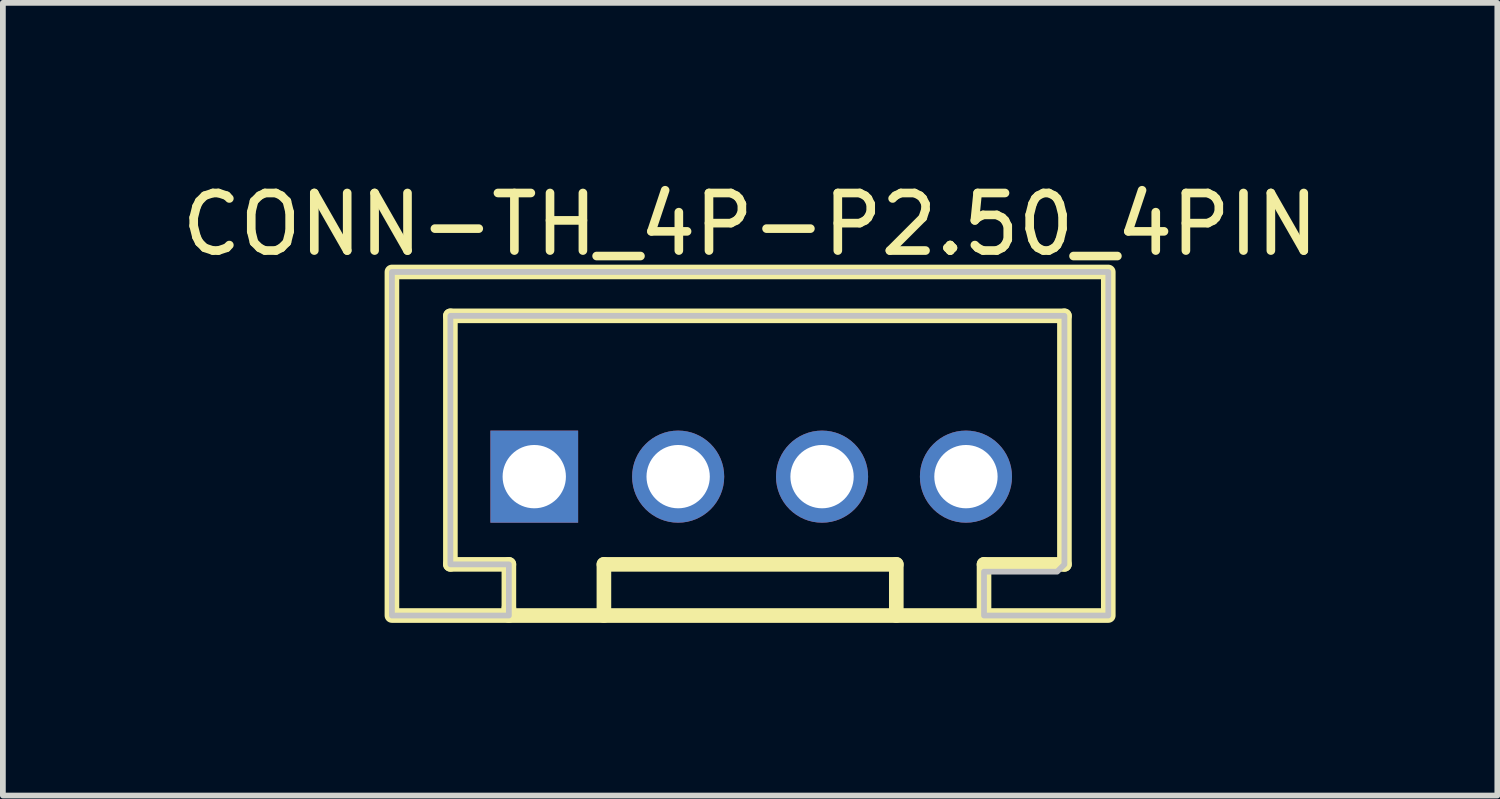
<source format=kicad_pcb>
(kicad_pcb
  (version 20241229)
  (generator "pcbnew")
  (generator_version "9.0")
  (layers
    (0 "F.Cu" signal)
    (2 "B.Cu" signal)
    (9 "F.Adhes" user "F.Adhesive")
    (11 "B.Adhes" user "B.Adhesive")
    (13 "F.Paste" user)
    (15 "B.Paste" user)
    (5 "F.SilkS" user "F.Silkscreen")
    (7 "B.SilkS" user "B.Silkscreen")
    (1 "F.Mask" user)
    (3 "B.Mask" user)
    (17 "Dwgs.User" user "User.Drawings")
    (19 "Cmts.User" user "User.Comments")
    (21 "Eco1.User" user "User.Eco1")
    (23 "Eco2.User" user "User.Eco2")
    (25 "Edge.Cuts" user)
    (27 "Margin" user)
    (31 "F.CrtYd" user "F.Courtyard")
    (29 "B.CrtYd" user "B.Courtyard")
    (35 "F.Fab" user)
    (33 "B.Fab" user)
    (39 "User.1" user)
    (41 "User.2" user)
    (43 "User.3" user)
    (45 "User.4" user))
  (footprint "CONN-TH_4P-P2.50_4PIN"
    (layer "F.Cu")
    (at 9.982 5.231)
    (property "Reference" "CONN-TH_4P-P2.50_4PIN" (at 0 -4.383 0) (layer "F.SilkS") (effects (font (size 1 1) (thickness 0.15))))
    (fp_line (start -5.207 -2.794) (end -5.207 1.524) (stroke (width 0.254) (type default)) (layer "F.SilkS"))
    (fp_line (start -5.207 1.524) (end -4.191 1.524) (stroke (width 0.254) (type default)) (layer "F.SilkS"))
    (fp_line (start -4.191 1.524) (end -4.191 2.286) (stroke (width 0.254) (type default)) (layer "F.SilkS"))
    (fp_line (start -4.191 2.286) (end -4.191 2.413) (stroke (width 0.254) (type default)) (layer "F.SilkS"))
    (fp_line (start -2.54 1.524) (end 2.54 1.524) (stroke (width 0.254) (type default)) (layer "F.SilkS"))
    (fp_line (start -2.54 2.413) (end -2.54 1.524) (stroke (width 0.254) (type default)) (layer "F.SilkS"))
    (fp_line (start 2.54 1.524) (end 2.54 2.413) (stroke (width 0.254) (type default)) (layer "F.SilkS"))
    (fp_line (start 4.064 1.524) (end 5.461 1.524) (stroke (width 0.254) (type default)) (layer "F.SilkS"))
    (fp_line (start 4.064 2.286) (end 4.064 1.524) (stroke (width 0.254) (type default)) (layer "F.SilkS"))
    (fp_line (start 5.461 -2.794) (end -5.207 -2.794) (stroke (width 0.254) (type default)) (layer "F.SilkS"))
    (fp_line (start 5.461 1.524) (end 5.461 -2.794) (stroke (width 0.254) (type default)) (layer "F.SilkS"))
    (fp_rect (start -6.223 -3.556) (end 6.223 2.413) (stroke (width 0.254) (type default)) (fill no) (layer "F.SilkS"))
    (fp_poly (pts (xy 4.064 2.413) (xy 4.064 1.651) (xy 5.334 1.651) (xy 5.461 1.524) (xy 5.461 -2.794) (xy -5.207 -2.794) (xy -5.207 1.524) (xy -4.191 1.524) (xy -4.191 2.413) (xy -6.223 2.413) (xy -6.223 -3.556) (xy 6.223 -3.556) (xy 6.223 2.413)) (stroke (width 0.1) (type default)) (fill no) (layer "Dwgs.User"))
    (fp_poly (pts (xy -4.07 -0.32) (xy -3.43 -0.32) (xy -3.43 0.32) (xy -4.07 0.32)) (stroke (width 0.1) (type default)) (fill no) (layer "User.1"))
    (fp_poly (pts (xy -1.57 -0.32) (xy -0.93 -0.32) (xy -0.93 0.32) (xy -1.57 0.32)) (stroke (width 0.1) (type default)) (fill no) (layer "User.1"))
    (fp_poly (pts (xy 0.93 -0.32) (xy 1.57 -0.32) (xy 1.57 0.32) (xy 0.93 0.32)) (stroke (width 0.1) (type default)) (fill no) (layer "User.1"))
    (fp_poly (pts (xy 3.43 -0.32) (xy 4.07 -0.32) (xy 4.07 0.32) (xy 3.43 0.32)) (stroke (width 0.1) (type default)) (fill no) (layer "User.1"))
    (fp_line (start -6.25 -3.5) (end 6.25 -3.5) (stroke (width 0.051) (type default)) (layer "User.2"))
    (fp_line (start -6.25 2.4) (end -6.25 -3.5) (stroke (width 0.051) (type default)) (layer "User.2"))
    (fp_line (start 6.25 -3.5) (end 6.25 2.4) (stroke (width 0.051) (type default)) (layer "User.2"))
    (fp_line (start 6.25 2.4) (end -6.25 2.4) (stroke (width 0.051) (type default)) (layer "User.2"))
    (fp_poly (pts (xy -6.19 2.4) (xy -6.208 2.358) (xy -6.25 2.34) (xy -6.292 2.358) (xy -6.31 2.4) (xy -6.292 2.442) (xy -6.25 2.46) (xy -6.208 2.442)) (stroke (width 0.1) (type default)) (fill no) (layer "User.3"))
    (pad "1" thru_hole rect (at -3.75 0) (size 1.524 1.6) (drill 1.1) (layers "*.Cu" "*.Mask"))
    (pad "2" thru_hole circle (at -1.25 0) (size 1.6 1.6) (drill 1.1) (layers "*.Cu" "*.Mask"))
    (pad "3" thru_hole circle (at 1.25 0) (size 1.6 1.6) (drill 1.1) (layers "*.Cu" "*.Mask"))
    (pad "4" thru_hole circle (at 3.75 0) (size 1.6 1.6) (drill 1.1) (layers "*.Cu" "*.Mask")))
  (gr_rect
    (start -3 -3)
    (end 22.964 10.771)
    (stroke (width 0.1) (type default))
    (fill no)
    (layer "Edge.Cuts")))
</source>
